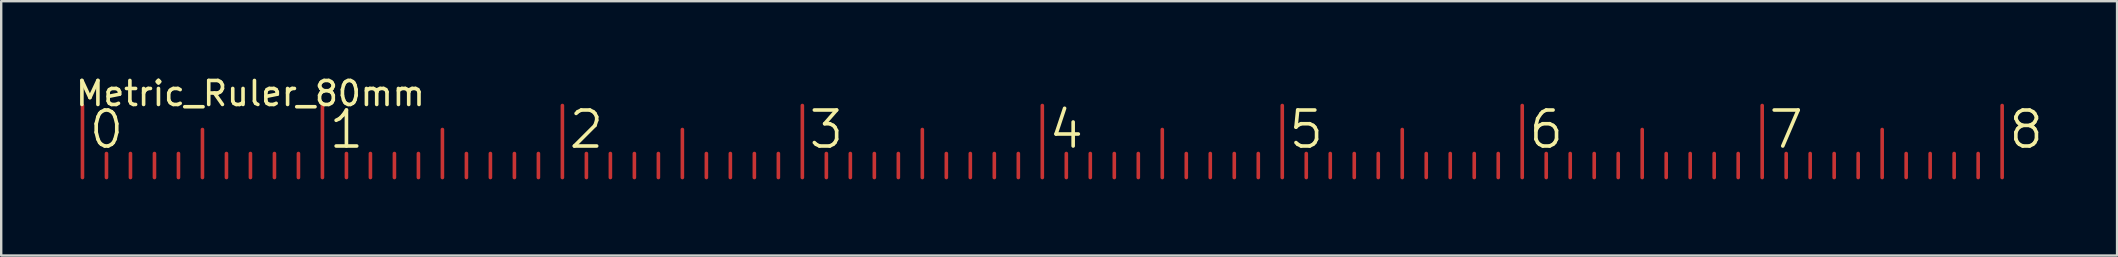
<source format=kicad_pcb>
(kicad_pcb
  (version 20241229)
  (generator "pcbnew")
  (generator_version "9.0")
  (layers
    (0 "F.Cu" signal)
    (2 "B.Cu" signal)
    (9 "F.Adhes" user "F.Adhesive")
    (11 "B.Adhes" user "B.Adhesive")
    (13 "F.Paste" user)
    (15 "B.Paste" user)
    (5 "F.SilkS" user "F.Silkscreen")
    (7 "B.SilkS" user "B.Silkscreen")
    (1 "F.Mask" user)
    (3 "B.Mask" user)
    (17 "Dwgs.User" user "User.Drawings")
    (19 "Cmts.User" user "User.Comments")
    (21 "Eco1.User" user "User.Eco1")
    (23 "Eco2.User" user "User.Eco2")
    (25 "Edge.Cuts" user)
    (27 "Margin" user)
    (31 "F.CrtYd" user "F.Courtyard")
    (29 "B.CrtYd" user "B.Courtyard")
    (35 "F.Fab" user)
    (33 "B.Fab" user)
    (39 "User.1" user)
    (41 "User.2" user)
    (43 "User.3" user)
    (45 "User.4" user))
  (footprint "Metric_Ruler_80mm"
    (layer "F.Cu")
    (at 0.387 4.348)
    (property "Reference" "Metric_Ruler_80mm" (at 7 -3.5 0) (layer "F.SilkS") (effects (font (size 1 1) (thickness 0.15))))
    (attr through_hole)
    (fp_line (start 0 0) (end 0 -3) (stroke (width 0.15) (type solid)) (layer "F.Cu"))
    (fp_line (start 1 0) (end 1 -1) (stroke (width 0.15) (type solid)) (layer "F.Cu"))
    (fp_line (start 2 0) (end 2 -1) (stroke (width 0.15) (type solid)) (layer "F.Cu"))
    (fp_line (start 3 0) (end 3 -1) (stroke (width 0.15) (type solid)) (layer "F.Cu"))
    (fp_line (start 4 0) (end 4 -1) (stroke (width 0.15) (type solid)) (layer "F.Cu"))
    (fp_line (start 5 0) (end 5 -2) (stroke (width 0.15) (type solid)) (layer "F.Cu"))
    (fp_line (start 6 0) (end 6 -1) (stroke (width 0.15) (type solid)) (layer "F.Cu"))
    (fp_line (start 7 0) (end 7 -1) (stroke (width 0.15) (type solid)) (layer "F.Cu"))
    (fp_line (start 8 0) (end 8 -1) (stroke (width 0.15) (type solid)) (layer "F.Cu"))
    (fp_line (start 9 0) (end 9 -1) (stroke (width 0.15) (type solid)) (layer "F.Cu"))
    (fp_line (start 10 0) (end 10 -3) (stroke (width 0.15) (type solid)) (layer "F.Cu"))
    (fp_line (start 11 0) (end 11 -1) (stroke (width 0.15) (type solid)) (layer "F.Cu"))
    (fp_line (start 12 0) (end 12 -1) (stroke (width 0.15) (type solid)) (layer "F.Cu"))
    (fp_line (start 13 0) (end 13 -1) (stroke (width 0.15) (type solid)) (layer "F.Cu"))
    (fp_line (start 14 0) (end 14 -1) (stroke (width 0.15) (type solid)) (layer "F.Cu"))
    (fp_line (start 15 0) (end 15 -2) (stroke (width 0.15) (type solid)) (layer "F.Cu"))
    (fp_line (start 16 0) (end 16 -1) (stroke (width 0.15) (type solid)) (layer "F.Cu"))
    (fp_line (start 17 0) (end 17 -1) (stroke (width 0.15) (type solid)) (layer "F.Cu"))
    (fp_line (start 18 0) (end 18 -1) (stroke (width 0.15) (type solid)) (layer "F.Cu"))
    (fp_line (start 19 0) (end 19 -1) (stroke (width 0.15) (type solid)) (layer "F.Cu"))
    (fp_line (start 20 0) (end 20 -3) (stroke (width 0.15) (type solid)) (layer "F.Cu"))
    (fp_line (start 21 0) (end 21 -1) (stroke (width 0.15) (type solid)) (layer "F.Cu"))
    (fp_line (start 22 0) (end 22 -1) (stroke (width 0.15) (type solid)) (layer "F.Cu"))
    (fp_line (start 23 0) (end 23 -1) (stroke (width 0.15) (type solid)) (layer "F.Cu"))
    (fp_line (start 24 0) (end 24 -1) (stroke (width 0.15) (type solid)) (layer "F.Cu"))
    (fp_line (start 25 0) (end 25 -2) (stroke (width 0.15) (type solid)) (layer "F.Cu"))
    (fp_line (start 26 0) (end 26 -1) (stroke (width 0.15) (type solid)) (layer "F.Cu"))
    (fp_line (start 27 0) (end 27 -1) (stroke (width 0.15) (type solid)) (layer "F.Cu"))
    (fp_line (start 28 0) (end 28 -1) (stroke (width 0.15) (type solid)) (layer "F.Cu"))
    (fp_line (start 29 0) (end 29 -1) (stroke (width 0.15) (type solid)) (layer "F.Cu"))
    (fp_line (start 30 0) (end 30 -3) (stroke (width 0.15) (type solid)) (layer "F.Cu"))
    (fp_line (start 31 0) (end 31 -1) (stroke (width 0.15) (type solid)) (layer "F.Cu"))
    (fp_line (start 32 0) (end 32 -1) (stroke (width 0.15) (type solid)) (layer "F.Cu"))
    (fp_line (start 33 0) (end 33 -1) (stroke (width 0.15) (type solid)) (layer "F.Cu"))
    (fp_line (start 34 0) (end 34 -1) (stroke (width 0.15) (type solid)) (layer "F.Cu"))
    (fp_line (start 35 0) (end 35 -2) (stroke (width 0.15) (type solid)) (layer "F.Cu"))
    (fp_line (start 36 0) (end 36 -1) (stroke (width 0.15) (type solid)) (layer "F.Cu"))
    (fp_line (start 37 0) (end 37 -1) (stroke (width 0.15) (type solid)) (layer "F.Cu"))
    (fp_line (start 38 0) (end 38 -1) (stroke (width 0.15) (type solid)) (layer "F.Cu"))
    (fp_line (start 39 0) (end 39 -1) (stroke (width 0.15) (type solid)) (layer "F.Cu"))
    (fp_line (start 40 0) (end 40 -3) (stroke (width 0.15) (type solid)) (layer "F.Cu"))
    (fp_line (start 41 0) (end 41 -1) (stroke (width 0.15) (type solid)) (layer "F.Cu"))
    (fp_line (start 42 0) (end 42 -1) (stroke (width 0.15) (type solid)) (layer "F.Cu"))
    (fp_line (start 43 0) (end 43 -1) (stroke (width 0.15) (type solid)) (layer "F.Cu"))
    (fp_line (start 44 0) (end 44 -1) (stroke (width 0.15) (type solid)) (layer "F.Cu"))
    (fp_line (start 45 0) (end 45 -2) (stroke (width 0.15) (type solid)) (layer "F.Cu"))
    (fp_line (start 46 0) (end 46 -1) (stroke (width 0.15) (type solid)) (layer "F.Cu"))
    (fp_line (start 47 0) (end 47 -1) (stroke (width 0.15) (type solid)) (layer "F.Cu"))
    (fp_line (start 48 0) (end 48 -1) (stroke (width 0.15) (type solid)) (layer "F.Cu"))
    (fp_line (start 49 0) (end 49 -1) (stroke (width 0.15) (type solid)) (layer "F.Cu"))
    (fp_line (start 50 0) (end 50 -3) (stroke (width 0.15) (type solid)) (layer "F.Cu"))
    (fp_line (start 51 0) (end 51 -1) (stroke (width 0.15) (type solid)) (layer "F.Cu"))
    (fp_line (start 52 0) (end 52 -1) (stroke (width 0.15) (type solid)) (layer "F.Cu"))
    (fp_line (start 53 0) (end 53 -1) (stroke (width 0.15) (type solid)) (layer "F.Cu"))
    (fp_line (start 54 0) (end 54 -1) (stroke (width 0.15) (type solid)) (layer "F.Cu"))
    (fp_line (start 55 0) (end 55 -2) (stroke (width 0.15) (type solid)) (layer "F.Cu"))
    (fp_line (start 56 0) (end 56 -1) (stroke (width 0.15) (type solid)) (layer "F.Cu"))
    (fp_line (start 57 0) (end 57 -1) (stroke (width 0.15) (type solid)) (layer "F.Cu"))
    (fp_line (start 58 0) (end 58 -1) (stroke (width 0.15) (type solid)) (layer "F.Cu"))
    (fp_line (start 59 0) (end 59 -1) (stroke (width 0.15) (type solid)) (layer "F.Cu"))
    (fp_line (start 60 0) (end 60 -3) (stroke (width 0.15) (type solid)) (layer "F.Cu"))
    (fp_line (start 61 0) (end 61 -1) (stroke (width 0.15) (type solid)) (layer "F.Cu"))
    (fp_line (start 62 0) (end 62 -1) (stroke (width 0.15) (type solid)) (layer "F.Cu"))
    (fp_line (start 63 0) (end 63 -1) (stroke (width 0.15) (type solid)) (layer "F.Cu"))
    (fp_line (start 64 0) (end 64 -1) (stroke (width 0.15) (type solid)) (layer "F.Cu"))
    (fp_line (start 65 0) (end 65 -2) (stroke (width 0.15) (type solid)) (layer "F.Cu"))
    (fp_line (start 66 0) (end 66 -1) (stroke (width 0.15) (type solid)) (layer "F.Cu"))
    (fp_line (start 67 0) (end 67 -1) (stroke (width 0.15) (type solid)) (layer "F.Cu"))
    (fp_line (start 68 0) (end 68 -1) (stroke (width 0.15) (type solid)) (layer "F.Cu"))
    (fp_line (start 69 0) (end 69 -1) (stroke (width 0.15) (type solid)) (layer "F.Cu"))
    (fp_line (start 70 0) (end 70 -3) (stroke (width 0.15) (type solid)) (layer "F.Cu"))
    (fp_line (start 71 0) (end 71 -1) (stroke (width 0.15) (type solid)) (layer "F.Cu"))
    (fp_line (start 72 0) (end 72 -1) (stroke (width 0.15) (type solid)) (layer "F.Cu"))
    (fp_line (start 73 0) (end 73 -1) (stroke (width 0.15) (type solid)) (layer "F.Cu"))
    (fp_line (start 74 0) (end 74 -1) (stroke (width 0.15) (type solid)) (layer "F.Cu"))
    (fp_line (start 75 0) (end 75 -2) (stroke (width 0.15) (type solid)) (layer "F.Cu"))
    (fp_line (start 76 0) (end 76 -1) (stroke (width 0.15) (type solid)) (layer "F.Cu"))
    (fp_line (start 77 0) (end 77 -1) (stroke (width 0.15) (type solid)) (layer "F.Cu"))
    (fp_line (start 78 0) (end 78 -1) (stroke (width 0.15) (type solid)) (layer "F.Cu"))
    (fp_line (start 79 0) (end 79 -1) (stroke (width 0.15) (type solid)) (layer "F.Cu"))
    (fp_line (start 80 0) (end 80 -3) (stroke (width 0.15) (type solid)) (layer "F.Cu"))
    (fp_line (start 0 -3) (end 0 -3) (stroke (width 0.15) (type solid)) (layer "F.Mask"))
    (fp_line (start 0 0) (end 0 -3) (stroke (width 0.15) (type solid)) (layer "F.Mask"))
    (fp_line (start 1 0) (end 1 -1) (stroke (width 0.15) (type solid)) (layer "F.Mask"))
    (fp_line (start 2 0) (end 2 -1) (stroke (width 0.15) (type solid)) (layer "F.Mask"))
    (fp_line (start 3 0) (end 3 -1) (stroke (width 0.15) (type solid)) (layer "F.Mask"))
    (fp_line (start 4 0) (end 4 -1) (stroke (width 0.15) (type solid)) (layer "F.Mask"))
    (fp_line (start 5 0) (end 5 -2) (stroke (width 0.15) (type solid)) (layer "F.Mask"))
    (fp_line (start 6 0) (end 6 -1) (stroke (width 0.15) (type solid)) (layer "F.Mask"))
    (fp_line (start 7 0) (end 7 -1) (stroke (width 0.15) (type solid)) (layer "F.Mask"))
    (fp_line (start 8 0) (end 8 -1) (stroke (width 0.15) (type solid)) (layer "F.Mask"))
    (fp_line (start 9 0) (end 9 -1) (stroke (width 0.15) (type solid)) (layer "F.Mask"))
    (fp_line (start 10 0) (end 10 -3) (stroke (width 0.15) (type solid)) (layer "F.Mask"))
    (fp_line (start 11 0) (end 11 -1) (stroke (width 0.15) (type solid)) (layer "F.Mask"))
    (fp_line (start 12 0) (end 12 -1) (stroke (width 0.15) (type solid)) (layer "F.Mask"))
    (fp_line (start 13 0) (end 13 -1) (stroke (width 0.15) (type solid)) (layer "F.Mask"))
    (fp_line (start 14 0) (end 14 -1) (stroke (width 0.15) (type solid)) (layer "F.Mask"))
    (fp_line (start 15 0) (end 15 -2) (stroke (width 0.15) (type solid)) (layer "F.Mask"))
    (fp_line (start 16 0) (end 16 -1) (stroke (width 0.15) (type solid)) (layer "F.Mask"))
    (fp_line (start 17 0) (end 17 -1) (stroke (width 0.15) (type solid)) (layer "F.Mask"))
    (fp_line (start 18 0) (end 18 -1) (stroke (width 0.15) (type solid)) (layer "F.Mask"))
    (fp_line (start 19 0) (end 19 -1) (stroke (width 0.15) (type solid)) (layer "F.Mask"))
    (fp_line (start 20 0) (end 20 -3) (stroke (width 0.15) (type solid)) (layer "F.Mask"))
    (fp_line (start 21 0) (end 21 -1) (stroke (width 0.15) (type solid)) (layer "F.Mask"))
    (fp_line (start 22 0) (end 22 -1) (stroke (width 0.15) (type solid)) (layer "F.Mask"))
    (fp_line (start 23 0) (end 23 -1) (stroke (width 0.15) (type solid)) (layer "F.Mask"))
    (fp_line (start 24 0) (end 24 -1) (stroke (width 0.15) (type solid)) (layer "F.Mask"))
    (fp_line (start 25 0) (end 25 -2) (stroke (width 0.15) (type solid)) (layer "F.Mask"))
    (fp_line (start 26 0) (end 26 -1) (stroke (width 0.15) (type solid)) (layer "F.Mask"))
    (fp_line (start 27 0) (end 27 -1) (stroke (width 0.15) (type solid)) (layer "F.Mask"))
    (fp_line (start 28 0) (end 28 -1) (stroke (width 0.15) (type solid)) (layer "F.Mask"))
    (fp_line (start 29 0) (end 29 -1) (stroke (width 0.15) (type solid)) (layer "F.Mask"))
    (fp_line (start 30 0) (end 30 -3) (stroke (width 0.15) (type solid)) (layer "F.Mask"))
    (fp_line (start 31 0) (end 31 -1) (stroke (width 0.15) (type solid)) (layer "F.Mask"))
    (fp_line (start 32 0) (end 32 -1) (stroke (width 0.15) (type solid)) (layer "F.Mask"))
    (fp_line (start 33 0) (end 33 -1) (stroke (width 0.15) (type solid)) (layer "F.Mask"))
    (fp_line (start 34 0) (end 34 -1) (stroke (width 0.15) (type solid)) (layer "F.Mask"))
    (fp_line (start 35 0) (end 35 -2) (stroke (width 0.15) (type solid)) (layer "F.Mask"))
    (fp_line (start 36 0) (end 36 -1) (stroke (width 0.15) (type solid)) (layer "F.Mask"))
    (fp_line (start 37 0) (end 37 -1) (stroke (width 0.15) (type solid)) (layer "F.Mask"))
    (fp_line (start 38 0) (end 38 -1) (stroke (width 0.15) (type solid)) (layer "F.Mask"))
    (fp_line (start 39 0) (end 39 -1) (stroke (width 0.15) (type solid)) (layer "F.Mask"))
    (fp_line (start 40 0) (end 40 -3) (stroke (width 0.15) (type solid)) (layer "F.Mask"))
    (fp_line (start 41 0) (end 41 -1) (stroke (width 0.15) (type solid)) (layer "F.Mask"))
    (fp_line (start 42 0) (end 42 -1) (stroke (width 0.15) (type solid)) (layer "F.Mask"))
    (fp_line (start 43 0) (end 43 -1) (stroke (width 0.15) (type solid)) (layer "F.Mask"))
    (fp_line (start 44 0) (end 44 -1) (stroke (width 0.15) (type solid)) (layer "F.Mask"))
    (fp_line (start 45 0) (end 45 -2) (stroke (width 0.15) (type solid)) (layer "F.Mask"))
    (fp_line (start 46 0) (end 46 -1) (stroke (width 0.15) (type solid)) (layer "F.Mask"))
    (fp_line (start 47 0) (end 47 -1) (stroke (width 0.15) (type solid)) (layer "F.Mask"))
    (fp_line (start 48 0) (end 48 -1) (stroke (width 0.15) (type solid)) (layer "F.Mask"))
    (fp_line (start 49 0) (end 49 -1) (stroke (width 0.15) (type solid)) (layer "F.Mask"))
    (fp_line (start 50 0) (end 50 -3) (stroke (width 0.15) (type solid)) (layer "F.Mask"))
    (fp_line (start 51 0) (end 51 -1) (stroke (width 0.15) (type solid)) (layer "F.Mask"))
    (fp_line (start 52 0) (end 52 -1) (stroke (width 0.15) (type solid)) (layer "F.Mask"))
    (fp_line (start 53 0) (end 53 -1) (stroke (width 0.15) (type solid)) (layer "F.Mask"))
    (fp_line (start 54 0) (end 54 -1) (stroke (width 0.15) (type solid)) (layer "F.Mask"))
    (fp_line (start 55 0) (end 55 -2) (stroke (width 0.15) (type solid)) (layer "F.Mask"))
    (fp_line (start 56 0) (end 56 -1) (stroke (width 0.15) (type solid)) (layer "F.Mask"))
    (fp_line (start 57 0) (end 57 -1) (stroke (width 0.15) (type solid)) (layer "F.Mask"))
    (fp_line (start 58 0) (end 58 -1) (stroke (width 0.15) (type solid)) (layer "F.Mask"))
    (fp_line (start 59 0) (end 59 -1) (stroke (width 0.15) (type solid)) (layer "F.Mask"))
    (fp_line (start 60 0) (end 60 -3) (stroke (width 0.15) (type solid)) (layer "F.Mask"))
    (fp_line (start 61 0) (end 61 -1) (stroke (width 0.15) (type solid)) (layer "F.Mask"))
    (fp_line (start 62 0) (end 62 -1) (stroke (width 0.15) (type solid)) (layer "F.Mask"))
    (fp_line (start 63 0) (end 63 -1) (stroke (width 0.15) (type solid)) (layer "F.Mask"))
    (fp_line (start 64 0) (end 64 -1) (stroke (width 0.15) (type solid)) (layer "F.Mask"))
    (fp_line (start 65 0) (end 65 -2) (stroke (width 0.15) (type solid)) (layer "F.Mask"))
    (fp_line (start 66 0) (end 66 -1) (stroke (width 0.15) (type solid)) (layer "F.Mask"))
    (fp_line (start 67 0) (end 67 -1) (stroke (width 0.15) (type solid)) (layer "F.Mask"))
    (fp_line (start 68 0) (end 68 -1) (stroke (width 0.15) (type solid)) (layer "F.Mask"))
    (fp_line (start 69 0) (end 69 -1) (stroke (width 0.15) (type solid)) (layer "F.Mask"))
    (fp_line (start 70 0) (end 70 -3) (stroke (width 0.15) (type solid)) (layer "F.Mask"))
    (fp_line (start 71 0) (end 71 -1) (stroke (width 0.15) (type solid)) (layer "F.Mask"))
    (fp_line (start 72 0) (end 72 -1) (stroke (width 0.15) (type solid)) (layer "F.Mask"))
    (fp_line (start 73 0) (end 73 -1) (stroke (width 0.15) (type solid)) (layer "F.Mask"))
    (fp_line (start 74 0) (end 74 -1) (stroke (width 0.15) (type solid)) (layer "F.Mask"))
    (fp_line (start 75 0) (end 75 -2) (stroke (width 0.15) (type solid)) (layer "F.Mask"))
    (fp_line (start 76 0) (end 76 -1) (stroke (width 0.15) (type solid)) (layer "F.Mask"))
    (fp_line (start 77 0) (end 77 -1) (stroke (width 0.15) (type solid)) (layer "F.Mask"))
    (fp_line (start 78 0) (end 78 -1) (stroke (width 0.15) (type solid)) (layer "F.Mask"))
    (fp_line (start 79 0) (end 79 -1) (stroke (width 0.15) (type solid)) (layer "F.Mask"))
    (fp_line (start 80 0) (end 80 -3) (stroke (width 0.15) (type solid)) (layer "F.Mask"))
    (fp_text user "2" (at 21 -2 0) (layer "F.SilkS") (effects (font (size 1.5 1.5) (thickness 0.15))))
    (fp_text user "1" (at 11 -2 0) (layer "F.SilkS") (effects (font (size 1.5 1.5) (thickness 0.15))))
    (fp_text user "4" (at 41 -2 0) (layer "F.SilkS") (effects (font (size 1.5 1.5) (thickness 0.15))))
    (fp_text user "0" (at 1 -2 0) (layer "F.SilkS") (effects (font (size 1.5 1.5) (thickness 0.15))))
    (fp_text user "6" (at 61 -2 0) (layer "F.SilkS") (effects (font (size 1.5 1.5) (thickness 0.15))))
    (fp_text user "7" (at 71 -2 0) (layer "F.SilkS") (effects (font (size 1.5 1.5) (thickness 0.15))))
    (fp_text user "3" (at 31 -2 0) (layer "F.SilkS") (effects (font (size 1.5 1.5) (thickness 0.15))))
    (fp_text user "5" (at 51 -2 0) (layer "F.SilkS") (effects (font (size 1.5 1.5) (thickness 0.15))))
    (fp_text user "8" (at 81 -2 0) (layer "F.SilkS") (effects (font (size 1.5 1.5) (thickness 0.15)))))
  (gr_rect
    (start -3 -3)
    (end 85.176 7.598)
    (stroke (width 0.1) (type default))
    (fill no)
    (layer "Edge.Cuts")))
</source>
